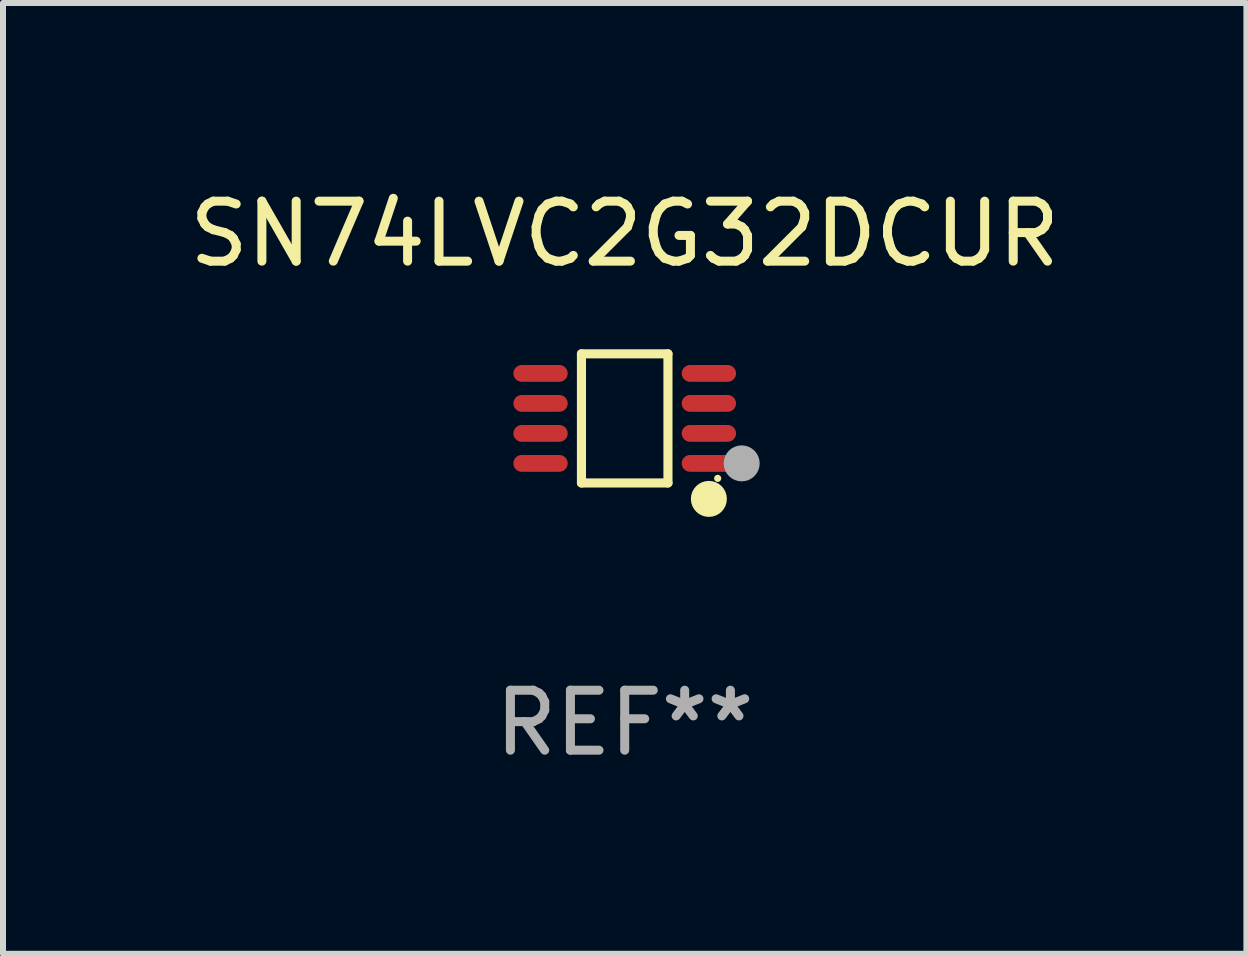
<source format=kicad_pcb>
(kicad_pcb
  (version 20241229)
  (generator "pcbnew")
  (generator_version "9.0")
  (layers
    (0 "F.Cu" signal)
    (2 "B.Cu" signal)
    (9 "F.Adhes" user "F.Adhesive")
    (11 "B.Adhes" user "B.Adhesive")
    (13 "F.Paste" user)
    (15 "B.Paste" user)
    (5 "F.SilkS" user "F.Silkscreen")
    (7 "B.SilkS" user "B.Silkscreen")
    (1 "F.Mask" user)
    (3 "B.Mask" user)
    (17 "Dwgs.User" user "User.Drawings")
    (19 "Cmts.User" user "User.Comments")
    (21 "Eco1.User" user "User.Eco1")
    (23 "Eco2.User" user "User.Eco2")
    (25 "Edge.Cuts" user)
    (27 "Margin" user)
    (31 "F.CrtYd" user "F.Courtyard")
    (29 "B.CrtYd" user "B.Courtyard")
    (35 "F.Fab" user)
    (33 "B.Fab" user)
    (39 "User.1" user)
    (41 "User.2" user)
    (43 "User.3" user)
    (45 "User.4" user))
  (footprint "SN74LVC2G32DCUR"
    (layer "F.Cu")
    (at 7.363 3.924)
    (property "Reference" "SN74LVC2G32DCUR" (at 0 -3.076 0) (layer "F.SilkS") (effects (font (size 1 1) (thickness 0.15))))
    (attr through_hole)
    (fp_line (start -0.721 -1.076) (end 0.721 -1.076) (stroke (width 0.152) (type solid)) (layer "F.SilkS"))
    (fp_line (start -0.721 1.076) (end -0.721 -1.076) (stroke (width 0.152) (type solid)) (layer "F.SilkS"))
    (fp_line (start 0.721 -1.076) (end 0.721 1.076) (stroke (width 0.152) (type solid)) (layer "F.SilkS"))
    (fp_line (start 0.721 1.076) (end -0.721 1.076) (stroke (width 0.152) (type solid)) (layer "F.SilkS"))
    (fp_circle (center 1.403 1.342) (end 1.553 1.342) (stroke (width 0.3) (type solid)) (fill no) (layer "F.SilkS"))
    (fp_circle (center 1.55 1) (end 1.58 1) (stroke (width 0.06) (type solid)) (fill no) (layer "F.SilkS"))
    (fp_circle (center 1.95 0.75) (end 2.1 0.75) (stroke (width 0.3) (type solid)) (fill no) (layer "F.Fab"))
    (fp_text user "REF**" (at 0 5.076 0) (layer "F.Fab") (effects (font (size 1 1) (thickness 0.15))))
    (pad "1" smd oval (at 1.403 0.75 90) (size 0.28 0.905) (layers "F.Cu" "F.Mask" "F.Paste"))
    (pad "2" smd oval (at 1.403 0.25 90) (size 0.28 0.905) (layers "F.Cu" "F.Mask" "F.Paste"))
    (pad "3" smd oval (at 1.403 -0.25 90) (size 0.28 0.905) (layers "F.Cu" "F.Mask" "F.Paste"))
    (pad "4" smd oval (at 1.403 -0.75 90) (size 0.28 0.905) (layers "F.Cu" "F.Mask" "F.Paste"))
    (pad "5" smd oval (at -1.403 -0.75 90) (size 0.28 0.905) (layers "F.Cu" "F.Mask" "F.Paste"))
    (pad "6" smd oval (at -1.403 -0.25 90) (size 0.28 0.905) (layers "F.Cu" "F.Mask" "F.Paste"))
    (pad "7" smd oval (at -1.403 0.25 90) (size 0.28 0.905) (layers "F.Cu" "F.Mask" "F.Paste"))
    (pad "8" smd oval (at -1.403 0.75 90) (size 0.28 0.905) (layers "F.Cu" "F.Mask" "F.Paste")))
  (gr_rect
    (start -3 -3)
    (end 17.726 12.849)
    (stroke (width 0.1) (type default))
    (fill no)
    (layer "Edge.Cuts")))
</source>
